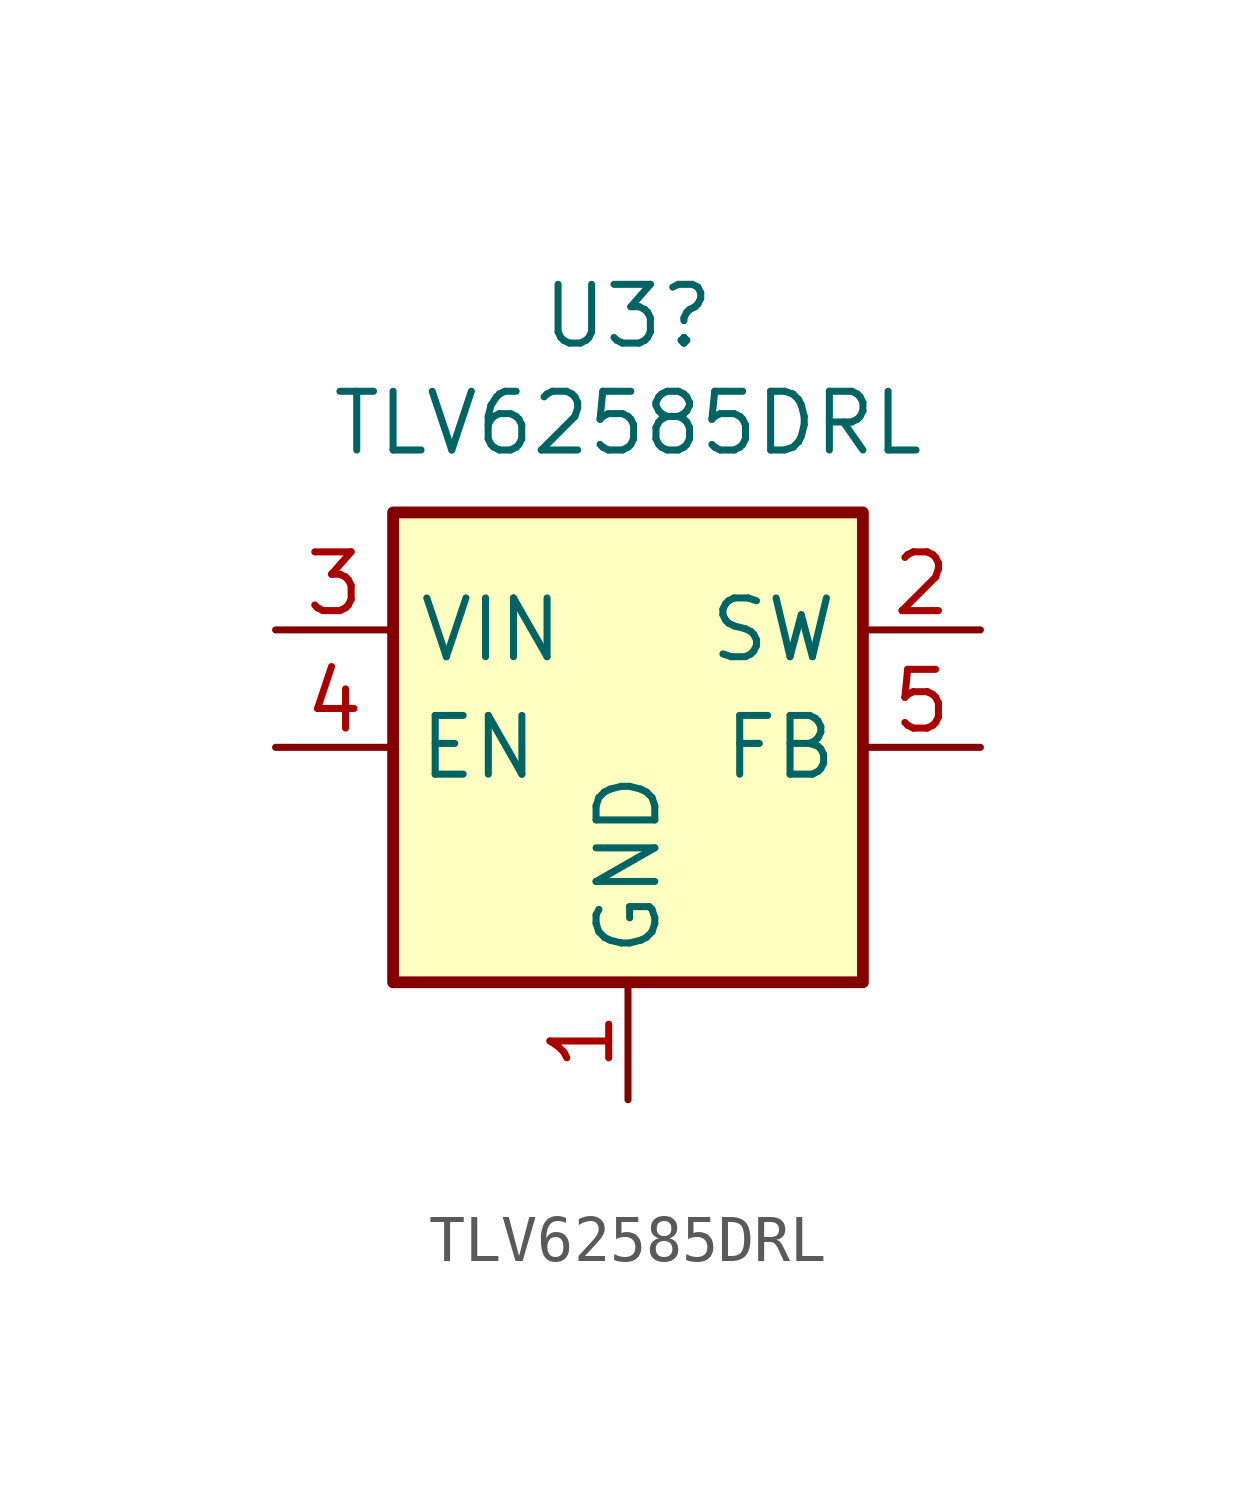
<source format=kicad_sym>
(kicad_symbol_lib
  (version 20220914)
  (generator kicad_symbol_editor)
  (symbol "TLV62585DRL"
    (property "Reference" "U3"
      (at 0 9.322 0)
      (effects (font (size 1.27 1.27))))
    (property "Value" "TLV62585DRL"
      (at 0 7.01 0)
      (effects (font (size 1.27 1.27))))
    (symbol "TLV62585DRL_0_1"
      (rectangle (start -5.08 5.08) (end 5.08 -5.08) (stroke (width 0.254) (type default)) (fill (type background))))
    (symbol "TLV62585DRL_1_1"
      (pin power_in line (at 0 -7.62 90) (length 2.54) (name "GND" (effects (font (size 1.27 1.27)))) (number "1" (effects (font (size 1.27 1.27)))))
      (pin power_out line (at 7.62 2.54 180) (length 2.54) (name "SW" (effects (font (size 1.27 1.27)))) (number "2" (effects (font (size 1.27 1.27)))))
      (pin power_in line (at -7.62 2.54 0) (length 2.54) (name "VIN" (effects (font (size 1.27 1.27)))) (number "3" (effects (font (size 1.27 1.27)))))
      (pin input line (at -7.62 0 0) (length 2.54) (name "EN" (effects (font (size 1.27 1.27)))) (number "4" (effects (font (size 1.27 1.27)))))
      (pin input line (at 7.62 0 180) (length 2.54) (name "FB" (effects (font (size 1.27 1.27)))) (number "5" (effects (font (size 1.27 1.27)))))
      (pin no_connect line (at 5.08 -2.54 180) (length 2.54) hide (name "NC" (effects (font (size 1.27 1.27)))) (number "6" (effects (font (size 1.27 1.27))))))))
</source>
